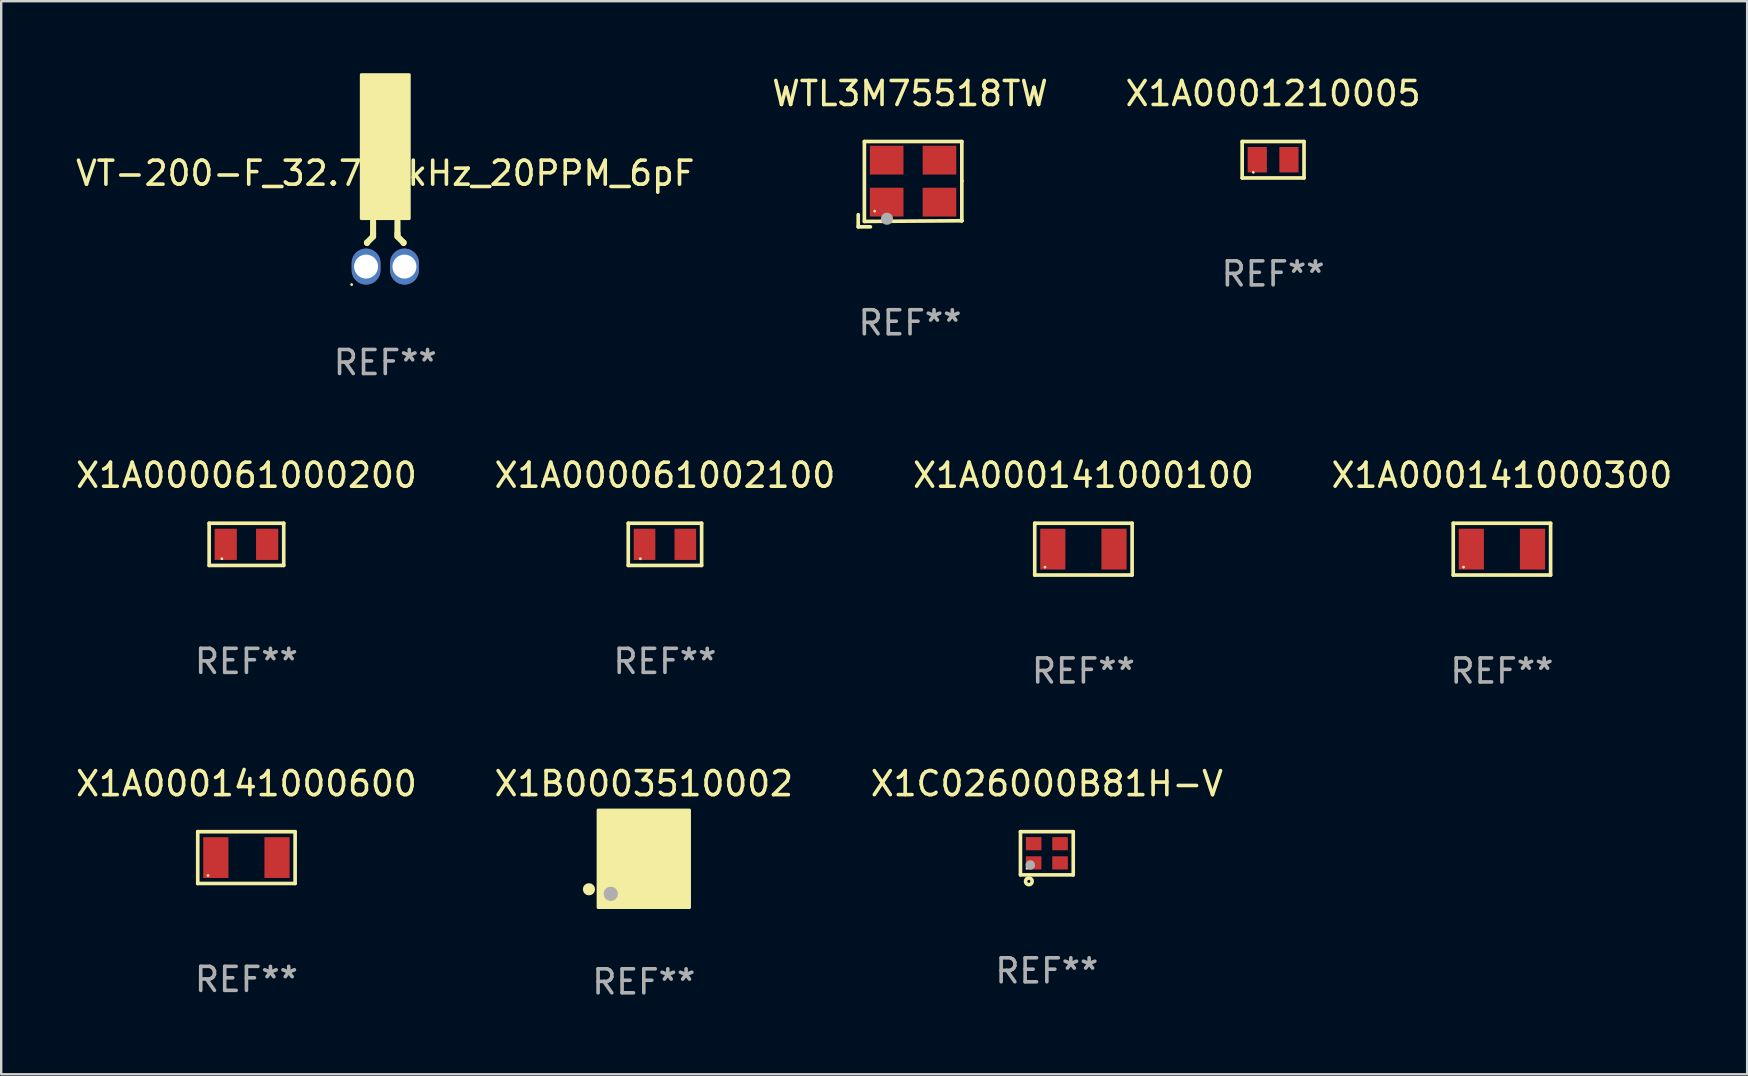
<source format=kicad_pcb>
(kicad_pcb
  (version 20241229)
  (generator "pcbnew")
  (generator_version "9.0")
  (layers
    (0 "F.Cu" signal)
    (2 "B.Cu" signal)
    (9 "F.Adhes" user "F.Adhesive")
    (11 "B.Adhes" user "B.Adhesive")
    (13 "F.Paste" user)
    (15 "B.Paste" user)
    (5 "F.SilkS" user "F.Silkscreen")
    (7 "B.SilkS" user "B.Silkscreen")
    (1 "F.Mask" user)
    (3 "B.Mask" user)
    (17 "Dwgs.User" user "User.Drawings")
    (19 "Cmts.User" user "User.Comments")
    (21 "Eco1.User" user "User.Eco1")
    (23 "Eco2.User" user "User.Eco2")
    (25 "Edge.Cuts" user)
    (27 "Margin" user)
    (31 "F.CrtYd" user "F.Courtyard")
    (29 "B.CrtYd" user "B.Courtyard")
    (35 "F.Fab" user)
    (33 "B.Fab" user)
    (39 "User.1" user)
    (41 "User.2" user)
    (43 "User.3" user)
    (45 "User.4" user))
  (footprint "X1B0003510002"
    (layer "F.Cu")
    (at 23.78 32.74)
    (property "Reference" "X1B0003510002" (at 0 -3.13 0) (layer "F.SilkS") (effects (font (size 1 1) (thickness 0.15))))
    (attr through_hole)
    (fp_circle (center -2.286 1.27) (end -2.159 1.27) (stroke (width 0.254) (type solid)) (fill no) (layer "F.SilkS"))
    (fp_circle (center -1.6 1.25) (end -1.57 1.25) (stroke (width 0.06) (type solid)) (fill no) (layer "F.SilkS"))
    (fp_poly (pts (xy -1.905 -2.032) (xy 1.905 -2.032) (xy 1.905 2.032) (xy -1.905 2.032)) (stroke (width 0.12) (type solid)) (fill yes) (layer "F.SilkS"))
    (fp_circle (center -1.376 1.46) (end -1.226 1.46) (stroke (width 0.3) (type solid)) (fill no) (layer "F.Fab"))
    (fp_text user "REF**" (at 0 5.13 0) (layer "F.Fab") (effects (font (size 1 1) (thickness 0.15))))
    (pad "1" smd rect (at -1.4 1.13) (size 0.4 1) (layers "F.Cu" "F.Mask" "F.Paste"))
    (pad "2" smd rect (at -0.7 1.13) (size 0.4 1) (layers "F.Cu" "F.Mask" "F.Paste"))
    (pad "3" smd rect (at 0 1.13) (size 0.4 1) (layers "F.Cu" "F.Mask" "F.Paste"))
    (pad "4" smd rect (at 0.7 1.13) (size 0.4 1) (layers "F.Cu" "F.Mask" "F.Paste"))
    (pad "5" smd rect (at 1.4 1.13) (size 0.4 1) (layers "F.Cu" "F.Mask" "F.Paste"))
    (pad "6" smd rect (at 1.4 -1.13) (size 0.4 1) (layers "F.Cu" "F.Mask" "F.Paste"))
    (pad "7" smd rect (at 0.7 -1.13) (size 0.4 1) (layers "F.Cu" "F.Mask" "F.Paste"))
    (pad "8" smd rect (at 0 -1.13) (size 0.4 1) (layers "F.Cu" "F.Mask" "F.Paste"))
    (pad "9" smd rect (at -0.7 -1.13) (size 0.4 1) (layers "F.Cu" "F.Mask" "F.Paste"))
    (pad "10" smd rect (at -1.4 -1.13) (size 0.4 1) (layers "F.Cu" "F.Mask" "F.Paste")))
  (footprint "WTL3M75518TW"
    (layer "F.Cu")
    (at 34.875 4.626)
    (property "Reference" "WTL3M75518TW" (at 0 -3.778 0) (layer "F.SilkS") (effects (font (size 1 1) (thickness 0.15))))
    (attr through_hole)
    (fp_line (start -2.159 1.27) (end -2.159 1.778) (stroke (width 0.152) (type solid)) (layer "F.SilkS"))
    (fp_line (start -2.159 1.778) (end -1.651 1.778) (stroke (width 0.152) (type solid)) (layer "F.SilkS"))
    (fp_line (start -1.902 -1.778) (end 2.159 -1.778) (stroke (width 0.152) (type solid)) (layer "F.SilkS"))
    (fp_line (start -1.902 1.552) (end -1.902 -1.778) (stroke (width 0.152) (type solid)) (layer "F.SilkS"))
    (fp_line (start 2.159 -1.778) (end 2.159 -0.127) (stroke (width 0.152) (type solid)) (layer "F.SilkS"))
    (fp_line (start 2.159 -0.127) (end 2.159 1.524) (stroke (width 0.152) (type solid)) (layer "F.SilkS"))
    (fp_line (start 2.159 1.524) (end -1.902 1.552) (stroke (width 0.152) (type solid)) (layer "F.SilkS"))
    (fp_line (start 2.159 1.524) (end 2.159 1.524) (stroke (width 0.152) (type solid)) (layer "F.SilkS"))
    (fp_circle (center -1.473 1.123) (end -1.443 1.123) (stroke (width 0.06) (type solid)) (fill no) (layer "F.SilkS"))
    (fp_circle (center -0.961 1.44) (end -0.834 1.44) (stroke (width 0.254) (type solid)) (fill no) (layer "F.Fab"))
    (fp_text user "REF**" (at 0 5.778 0) (layer "F.Fab") (effects (font (size 1 1) (thickness 0.15))))
    (pad "1" smd rect (at -0.973 0.748) (size 1.4 1.2) (layers "F.Cu" "F.Mask" "F.Paste"))
    (pad "2" smd rect (at 1.227 0.748) (size 1.4 1.2) (layers "F.Cu" "F.Mask" "F.Paste"))
    (pad "3" smd rect (at 1.227 -1.002) (size 1.4 1.2) (layers "F.Cu" "F.Mask" "F.Paste"))
    (pad "4" smd rect (at -0.973 -1.002) (size 1.4 1.2) (layers "F.Cu" "F.Mask" "F.Paste")))
  (footprint "X1A000141000100"
    (layer "F.Cu")
    (at 42.101 19.835)
    (property "Reference" "X1A000141000100" (at 0 -3.079 0) (layer "F.SilkS") (effects (font (size 1 1) (thickness 0.15))))
    (attr through_hole)
    (fp_line (start -2.029 -1.079) (end 2.029 -1.079) (stroke (width 0.152) (type solid)) (layer "F.SilkS"))
    (fp_line (start -2.029 1.079) (end -2.029 -1.079) (stroke (width 0.152) (type solid)) (layer "F.SilkS"))
    (fp_line (start 2.029 -1.079) (end 2.029 1.079) (stroke (width 0.152) (type solid)) (layer "F.SilkS"))
    (fp_line (start 2.029 1.079) (end -2.029 1.079) (stroke (width 0.152) (type solid)) (layer "F.SilkS"))
    (fp_circle (center -1.6 0.75) (end -1.57 0.75) (stroke (width 0.06) (type solid)) (fill no) (layer "F.SilkS"))
    (fp_text user "REF**" (at 0 5.079 0) (layer "F.Fab") (effects (font (size 1 1) (thickness 0.15))))
    (pad "1" smd rect (at -1.275 0) (size 1.05 1.7) (layers "F.Cu" "F.Mask" "F.Paste"))
    (pad "2" smd rect (at 1.275 0) (size 1.05 1.7) (layers "F.Cu" "F.Mask" "F.Paste")))
  (footprint "X1C026000B81H-V"
    (layer "F.Cu")
    (at 40.577 32.51)
    (property "Reference" "X1C026000B81H-V" (at 0 -2.9 0) (layer "F.SilkS") (effects (font (size 1 1) (thickness 0.15))))
    (attr through_hole)
    (fp_line (start -1.1 -0.9) (end -1.1 0.9) (stroke (width 0.15) (type solid)) (layer "F.SilkS"))
    (fp_line (start -1.1 -0.9) (end 1.1 -0.9) (stroke (width 0.15) (type solid)) (layer "F.SilkS"))
    (fp_line (start -1.1 0.9) (end 1.1 0.9) (stroke (width 0.15) (type solid)) (layer "F.SilkS"))
    (fp_line (start 1.1 -0.9) (end 1.1 0.9) (stroke (width 0.15) (type solid)) (layer "F.SilkS"))
    (fp_circle (center -0.825 0.625) (end -0.795 0.625) (stroke (width 0.06) (type solid)) (fill no) (layer "F.SilkS"))
    (fp_circle (center -0.75 1.17) (end -0.686 1.17) (stroke (width 0.15) (type solid)) (fill no) (layer "F.SilkS"))
    (fp_circle (center -0.69 0.49) (end -0.59 0.49) (stroke (width 0.2) (type solid)) (fill no) (layer "F.Fab"))
    (fp_text user "REF**" (at 0 4.9 0) (layer "F.Fab") (effects (font (size 1 1) (thickness 0.15))))
    (pad "1" smd rect (at -0.55 0.4) (size 0.65 0.55) (layers "F.Cu" "F.Mask" "F.Paste"))
    (pad "2" smd rect (at 0.55 0.4) (size 0.65 0.55) (layers "F.Cu" "F.Mask" "F.Paste"))
    (pad "3" smd rect (at 0.55 -0.4) (size 0.65 0.55) (layers "F.Cu" "F.Mask" "F.Paste"))
    (pad "4" smd rect (at -0.55 -0.4) (size 0.65 0.55) (layers "F.Cu" "F.Mask" "F.Paste")))
  (footprint "X1A000141000300"
    (layer "F.Cu")
    (at 59.542 19.835)
    (property "Reference" "X1A000141000300" (at 0 -3.079 0) (layer "F.SilkS") (effects (font (size 1 1) (thickness 0.15))))
    (attr through_hole)
    (fp_line (start -2.029 -1.079) (end 2.029 -1.079) (stroke (width 0.152) (type solid)) (layer "F.SilkS"))
    (fp_line (start -2.029 1.079) (end -2.029 -1.079) (stroke (width 0.152) (type solid)) (layer "F.SilkS"))
    (fp_line (start 2.029 -1.079) (end 2.029 1.079) (stroke (width 0.152) (type solid)) (layer "F.SilkS"))
    (fp_line (start 2.029 1.079) (end -2.029 1.079) (stroke (width 0.152) (type solid)) (layer "F.SilkS"))
    (fp_circle (center -1.6 0.75) (end -1.57 0.75) (stroke (width 0.06) (type solid)) (fill no) (layer "F.SilkS"))
    (fp_text user "REF**" (at 0 5.079 0) (layer "F.Fab") (effects (font (size 1 1) (thickness 0.15))))
    (pad "1" smd rect (at -1.275 0) (size 1.05 1.7) (layers "F.Cu" "F.Mask" "F.Paste"))
    (pad "2" smd rect (at 1.275 0) (size 1.05 1.7) (layers "F.Cu" "F.Mask" "F.Paste")))
  (footprint "X1A000061000200"
    (layer "F.Cu")
    (at 7.22 19.635)
    (property "Reference" "X1A000061000200" (at 0 -2.879 0) (layer "F.SilkS") (effects (font (size 1 1) (thickness 0.15))))
    (attr through_hole)
    (fp_line (start -1.554 -0.879) (end 1.554 -0.879) (stroke (width 0.152) (type solid)) (layer "F.SilkS"))
    (fp_line (start -1.554 0.879) (end -1.554 -0.879) (stroke (width 0.152) (type solid)) (layer "F.SilkS"))
    (fp_line (start 1.554 -0.879) (end 1.554 0.879) (stroke (width 0.152) (type solid)) (layer "F.SilkS"))
    (fp_line (start 1.554 0.879) (end -1.554 0.879) (stroke (width 0.152) (type solid)) (layer "F.SilkS"))
    (fp_circle (center -1.025 0.6) (end -0.995 0.6) (stroke (width 0.06) (type solid)) (fill no) (layer "F.SilkS"))
    (fp_text user "REF**" (at 0 4.879 0) (layer "F.Fab") (effects (font (size 1 1) (thickness 0.15))))
    (pad "1" smd rect (at -0.863 0) (size 0.925 1.3) (layers "F.Cu" "F.Mask" "F.Paste"))
    (pad "2" smd rect (at 0.863 0) (size 0.925 1.3) (layers "F.Cu" "F.Mask" "F.Paste")))
  (footprint "X1A000061002100"
    (layer "F.Cu")
    (at 24.661 19.635)
    (property "Reference" "X1A000061002100" (at 0 -2.879 0) (layer "F.SilkS") (effects (font (size 1 1) (thickness 0.15))))
    (attr through_hole)
    (fp_line (start -1.529 -0.879) (end 1.529 -0.879) (stroke (width 0.152) (type solid)) (layer "F.SilkS"))
    (fp_line (start -1.529 0.879) (end -1.529 -0.879) (stroke (width 0.152) (type solid)) (layer "F.SilkS"))
    (fp_line (start 1.529 -0.879) (end 1.529 0.879) (stroke (width 0.152) (type solid)) (layer "F.SilkS"))
    (fp_line (start 1.529 0.879) (end -1.529 0.879) (stroke (width 0.152) (type solid)) (layer "F.SilkS"))
    (fp_circle (center -1.025 0.6) (end -0.995 0.6) (stroke (width 0.06) (type solid)) (fill no) (layer "F.SilkS"))
    (fp_text user "REF**" (at 0 4.879 0) (layer "F.Fab") (effects (font (size 1 1) (thickness 0.15))))
    (pad "1" smd rect (at -0.85 0) (size 0.9 1.3) (layers "F.Cu" "F.Mask" "F.Paste"))
    (pad "2" smd rect (at 0.85 0) (size 0.9 1.3) (layers "F.Cu" "F.Mask" "F.Paste")))
  (footprint "VT-200-F_32.768kHz_20PPM_6pF"
    (layer "F.Cu")
    (at 13.006 7.115)
    (property "Reference" "VT-200-F_32.768kHz_20PPM_6pF" (at 0 -2.945 0) (layer "F.SilkS") (effects (font (size 1 1) (thickness 0.15))))
    (attr through_hole)
    (fp_line (start -0.762 -0.055) (end -0.762 -0.036) (stroke (width 0.254) (type solid)) (layer "F.SilkS"))
    (fp_line (start -0.508 -0.436) (end -0.508 -0.945) (stroke (width 0.254) (type solid)) (layer "F.SilkS"))
    (fp_line (start -0.508 -0.436) (end -0.508 -0.309) (stroke (width 0.254) (type solid)) (layer "F.SilkS"))
    (fp_line (start -0.508 -0.309) (end -0.762 -0.055) (stroke (width 0.254) (type solid)) (layer "F.SilkS"))
    (fp_line (start 0.508 -0.436) (end 0.508 -0.945) (stroke (width 0.254) (type solid)) (layer "F.SilkS"))
    (fp_line (start 0.508 -0.436) (end 0.508 -0.31) (stroke (width 0.254) (type solid)) (layer "F.SilkS"))
    (fp_line (start 0.508 -0.31) (end 0.762 -0.055) (stroke (width 0.254) (type solid)) (layer "F.SilkS"))
    (fp_line (start 0.762 -0.055) (end 0.762 -0.036) (stroke (width 0.254) (type solid)) (layer "F.SilkS"))
    (fp_circle (center -1.4 1.695) (end -1.37 1.695) (stroke (width 0.06) (type solid)) (fill no) (layer "F.SilkS"))
    (fp_poly (pts (xy -1 -7.055) (xy 1 -7.055) (xy 1 -1.055) (xy -1 -1.055)) (stroke (width 0.12) (type solid)) (fill yes) (layer "F.SilkS"))
    (fp_text user "REF**" (at 0 4.945 0) (layer "F.Fab") (effects (font (size 1 1) (thickness 0.15))))
    (pad "1" thru_hole oval (at -0.8 0.945) (size 1.2 1.5) (drill 1) (layers "*.Cu" "*.Mask"))
    (pad "2" thru_hole oval (at 0.8 0.945) (size 1.2 1.5) (drill 1) (layers "*.Cu" "*.Mask")))
  (footprint "X1A0001210005"
    (layer "F.Cu")
    (at 50.006 3.607)
    (property "Reference" "X1A0001210005" (at 0 -2.759 0) (layer "F.SilkS") (effects (font (size 1 1) (thickness 0.15))))
    (attr through_hole)
    (fp_line (start -1.289 -0.759) (end 1.289 -0.759) (stroke (width 0.152) (type solid)) (layer "F.SilkS"))
    (fp_line (start -1.289 0.759) (end -1.289 -0.759) (stroke (width 0.152) (type solid)) (layer "F.SilkS"))
    (fp_line (start 1.289 -0.759) (end 1.289 0.759) (stroke (width 0.152) (type solid)) (layer "F.SilkS"))
    (fp_line (start 1.289 0.759) (end -1.289 0.759) (stroke (width 0.152) (type solid)) (layer "F.SilkS"))
    (fp_circle (center -0.825 0.525) (end -0.795 0.525) (stroke (width 0.06) (type solid)) (fill no) (layer "F.SilkS"))
    (fp_text user "REF**" (at 0 4.759 0) (layer "F.Fab") (effects (font (size 1 1) (thickness 0.15))))
    (pad "1" smd rect (at -0.66 0) (size 0.8 1.06) (layers "F.Cu" "F.Mask" "F.Paste"))
    (pad "2" smd rect (at 0.66 0) (size 0.8 1.06) (layers "F.Cu" "F.Mask" "F.Paste")))
  (footprint "X1A000141000600"
    (layer "F.Cu")
    (at 7.22 32.689)
    (property "Reference" "X1A000141000600" (at 0 -3.079 0) (layer "F.SilkS") (effects (font (size 1 1) (thickness 0.15))))
    (attr through_hole)
    (fp_line (start -2.029 -1.079) (end 2.029 -1.079) (stroke (width 0.152) (type solid)) (layer "F.SilkS"))
    (fp_line (start -2.029 1.079) (end -2.029 -1.079) (stroke (width 0.152) (type solid)) (layer "F.SilkS"))
    (fp_line (start 2.029 -1.079) (end 2.029 1.079) (stroke (width 0.152) (type solid)) (layer "F.SilkS"))
    (fp_line (start 2.029 1.079) (end -2.029 1.079) (stroke (width 0.152) (type solid)) (layer "F.SilkS"))
    (fp_circle (center -1.6 0.75) (end -1.57 0.75) (stroke (width 0.06) (type solid)) (fill no) (layer "F.SilkS"))
    (fp_text user "REF**" (at 0 5.079 0) (layer "F.Fab") (effects (font (size 1 1) (thickness 0.15))))
    (pad "1" smd rect (at -1.275 0) (size 1.05 1.7) (layers "F.Cu" "F.Mask" "F.Paste"))
    (pad "2" smd rect (at 1.275 0) (size 1.05 1.7) (layers "F.Cu" "F.Mask" "F.Paste")))
  (gr_rect
    (start -3 -3)
    (end 69.762 41.719)
    (stroke (width 0.1) (type default))
    (fill no)
    (layer "Edge.Cuts")))
</source>
